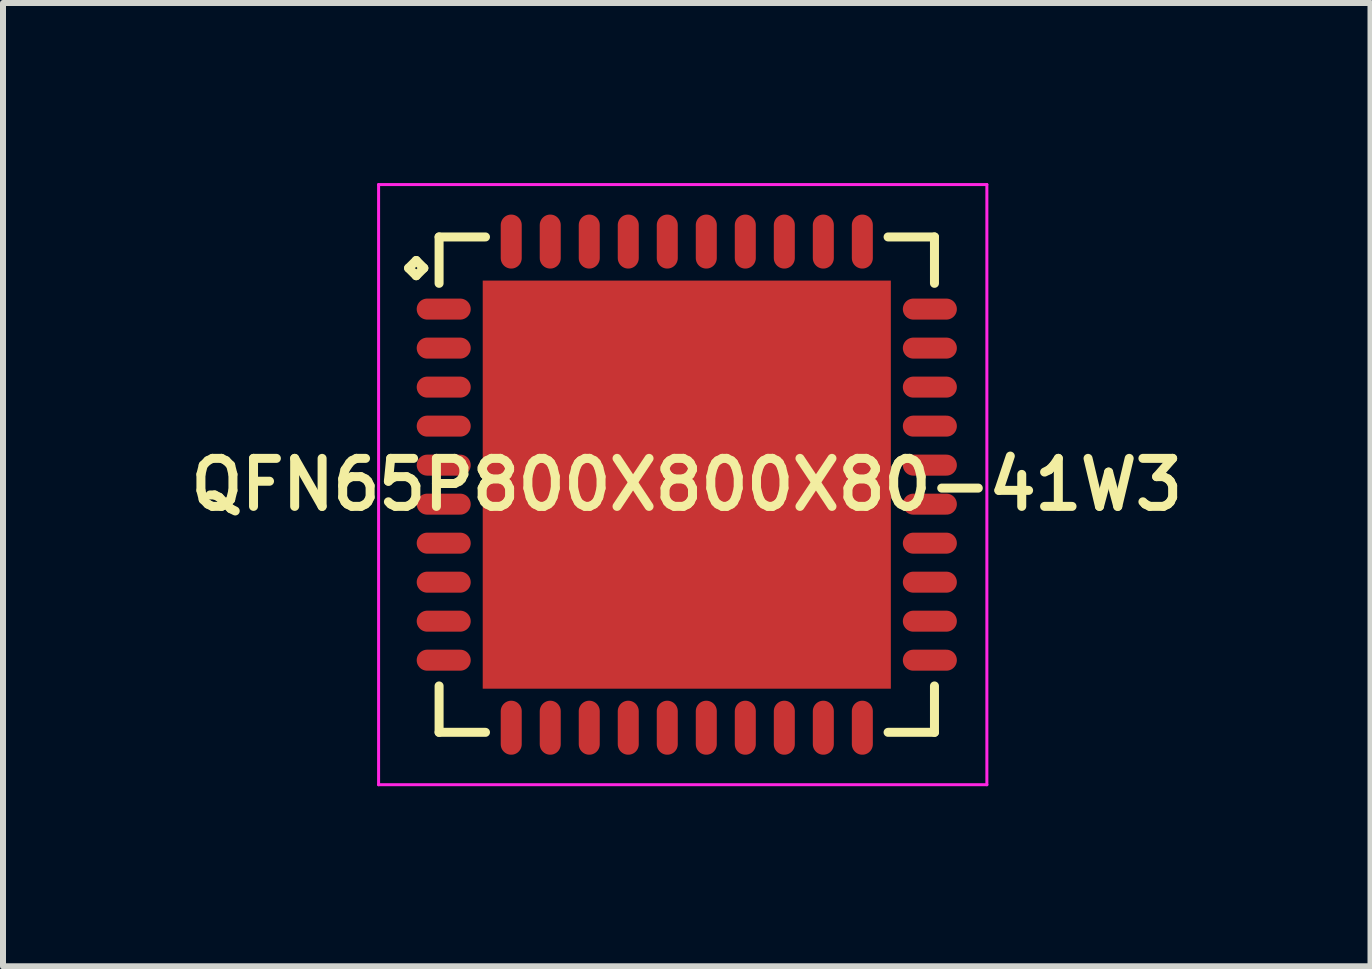
<source format=kicad_pcb>
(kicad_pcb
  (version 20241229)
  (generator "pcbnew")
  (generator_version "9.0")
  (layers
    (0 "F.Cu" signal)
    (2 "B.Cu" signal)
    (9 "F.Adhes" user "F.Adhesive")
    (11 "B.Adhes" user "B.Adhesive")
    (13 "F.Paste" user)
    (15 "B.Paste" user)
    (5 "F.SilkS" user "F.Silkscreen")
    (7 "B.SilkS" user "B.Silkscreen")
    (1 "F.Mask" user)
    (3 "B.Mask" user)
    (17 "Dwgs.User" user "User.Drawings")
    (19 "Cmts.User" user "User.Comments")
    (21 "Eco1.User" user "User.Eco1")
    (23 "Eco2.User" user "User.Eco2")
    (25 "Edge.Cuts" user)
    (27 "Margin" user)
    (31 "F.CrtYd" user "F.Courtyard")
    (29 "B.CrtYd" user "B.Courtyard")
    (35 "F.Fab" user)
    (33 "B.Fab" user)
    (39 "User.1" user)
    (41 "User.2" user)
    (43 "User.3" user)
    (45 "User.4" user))
  (footprint "QFN65P800X800X80-41W3"
    (layer "F.Cu")
    (at 8.393 5.025)
    (property "Reference" "QFN65P800X800X80-41W3" (at 0 0 0) (layer "F.SilkS") (effects (font (size 0.8 0.8) (thickness 0.15))))
    (attr smd)
    (fp_line (start -4.635 -3.608) (end -4.508 -3.735) (stroke (width 0.15) (type solid)) (layer "F.SilkS"))
    (fp_line (start -4.508 -3.735) (end -4.381 -3.608) (stroke (width 0.15) (type solid)) (layer "F.SilkS"))
    (fp_line (start -4.508 -3.481) (end -4.635 -3.608) (stroke (width 0.15) (type solid)) (layer "F.SilkS"))
    (fp_line (start -4.381 -3.608) (end -4.508 -3.481) (stroke (width 0.15) (type solid)) (layer "F.SilkS"))
    (fp_line (start -4.127 -4.127) (end -3.354 -4.127) (stroke (width 0.15) (type solid)) (layer "F.SilkS"))
    (fp_line (start -4.127 -3.354) (end -4.127 -4.127) (stroke (width 0.15) (type solid)) (layer "F.SilkS"))
    (fp_line (start -4.127 3.354) (end -4.127 4.127) (stroke (width 0.15) (type solid)) (layer "F.SilkS"))
    (fp_line (start -4.127 4.127) (end -3.354 4.127) (stroke (width 0.15) (type solid)) (layer "F.SilkS"))
    (fp_line (start 3.354 -4.127) (end 4.127 -4.127) (stroke (width 0.15) (type solid)) (layer "F.SilkS"))
    (fp_line (start 3.354 4.127) (end 4.127 4.127) (stroke (width 0.15) (type solid)) (layer "F.SilkS"))
    (fp_line (start 4.127 -4.127) (end 4.127 -3.354) (stroke (width 0.15) (type solid)) (layer "F.SilkS"))
    (fp_line (start 4.127 4.127) (end 4.127 3.354) (stroke (width 0.15) (type solid)) (layer "F.SilkS"))
    (fp_line (start -5.135 -5) (end 5 -5) (stroke (width 0.05) (type solid)) (layer "F.CrtYd"))
    (fp_line (start -5.135 5) (end -5.135 -5) (stroke (width 0.05) (type solid)) (layer "F.CrtYd"))
    (fp_line (start 5 -5) (end 5 5) (stroke (width 0.05) (type solid)) (layer "F.CrtYd"))
    (fp_line (start 5 5) (end -5.135 5) (stroke (width 0.05) (type solid)) (layer "F.CrtYd"))
    (pad "1" smd oval (at -4.05 -2.925) (size 0.9 0.35) (layers "F.Cu" "F.Mask" "F.Paste"))
    (pad "2" smd oval (at -4.05 -2.275) (size 0.9 0.35) (layers "F.Cu" "F.Mask" "F.Paste"))
    (pad "3" smd oval (at -4.05 -1.625) (size 0.9 0.35) (layers "F.Cu" "F.Mask" "F.Paste"))
    (pad "4" smd oval (at -4.05 -0.975) (size 0.9 0.35) (layers "F.Cu" "F.Mask" "F.Paste"))
    (pad "5" smd oval (at -4.05 -0.325) (size 0.9 0.35) (layers "F.Cu" "F.Mask" "F.Paste"))
    (pad "6" smd oval (at -4.05 0.325) (size 0.9 0.35) (layers "F.Cu" "F.Mask" "F.Paste"))
    (pad "7" smd oval (at -4.05 0.975) (size 0.9 0.35) (layers "F.Cu" "F.Mask" "F.Paste"))
    (pad "8" smd oval (at -4.05 1.625) (size 0.9 0.35) (layers "F.Cu" "F.Mask" "F.Paste"))
    (pad "9" smd oval (at -4.05 2.275) (size 0.9 0.35) (layers "F.Cu" "F.Mask" "F.Paste"))
    (pad "10" smd oval (at -4.05 2.925) (size 0.9 0.35) (layers "F.Cu" "F.Mask" "F.Paste"))
    (pad "11" smd oval (at -2.925 4.05) (size 0.35 0.9) (layers "F.Cu" "F.Mask" "F.Paste"))
    (pad "12" smd oval (at -2.275 4.05) (size 0.35 0.9) (layers "F.Cu" "F.Mask" "F.Paste"))
    (pad "13" smd oval (at -1.625 4.05) (size 0.35 0.9) (layers "F.Cu" "F.Mask" "F.Paste"))
    (pad "14" smd oval (at -0.975 4.05) (size 0.35 0.9) (layers "F.Cu" "F.Mask" "F.Paste"))
    (pad "15" smd oval (at -0.325 4.05) (size 0.35 0.9) (layers "F.Cu" "F.Mask" "F.Paste"))
    (pad "16" smd oval (at 0.325 4.05) (size 0.35 0.9) (layers "F.Cu" "F.Mask" "F.Paste"))
    (pad "17" smd oval (at 0.975 4.05) (size 0.35 0.9) (layers "F.Cu" "F.Mask" "F.Paste"))
    (pad "18" smd oval (at 1.625 4.05) (size 0.35 0.9) (layers "F.Cu" "F.Mask" "F.Paste"))
    (pad "19" smd oval (at 2.275 4.05) (size 0.35 0.9) (layers "F.Cu" "F.Mask" "F.Paste"))
    (pad "20" smd oval (at 2.925 4.05) (size 0.35 0.9) (layers "F.Cu" "F.Mask" "F.Paste"))
    (pad "21" smd oval (at 4.05 2.925) (size 0.9 0.35) (layers "F.Cu" "F.Mask" "F.Paste"))
    (pad "22" smd oval (at 4.05 2.275) (size 0.9 0.35) (layers "F.Cu" "F.Mask" "F.Paste"))
    (pad "23" smd oval (at 4.05 1.625) (size 0.9 0.35) (layers "F.Cu" "F.Mask" "F.Paste"))
    (pad "24" smd oval (at 4.05 0.975) (size 0.9 0.35) (layers "F.Cu" "F.Mask" "F.Paste"))
    (pad "25" smd oval (at 4.05 0.325) (size 0.9 0.35) (layers "F.Cu" "F.Mask" "F.Paste"))
    (pad "26" smd oval (at 4.05 -0.325) (size 0.9 0.35) (layers "F.Cu" "F.Mask" "F.Paste"))
    (pad "27" smd oval (at 4.05 -0.975) (size 0.9 0.35) (layers "F.Cu" "F.Mask" "F.Paste"))
    (pad "28" smd oval (at 4.05 -1.625) (size 0.9 0.35) (layers "F.Cu" "F.Mask" "F.Paste"))
    (pad "29" smd oval (at 4.05 -2.275) (size 0.9 0.35) (layers "F.Cu" "F.Mask" "F.Paste"))
    (pad "30" smd oval (at 4.05 -2.925) (size 0.9 0.35) (layers "F.Cu" "F.Mask" "F.Paste"))
    (pad "31" smd oval (at 2.925 -4.05) (size 0.35 0.9) (layers "F.Cu" "F.Mask" "F.Paste"))
    (pad "32" smd oval (at 2.275 -4.05) (size 0.35 0.9) (layers "F.Cu" "F.Mask" "F.Paste"))
    (pad "33" smd oval (at 1.625 -4.05) (size 0.35 0.9) (layers "F.Cu" "F.Mask" "F.Paste"))
    (pad "34" smd oval (at 0.975 -4.05) (size 0.35 0.9) (layers "F.Cu" "F.Mask" "F.Paste"))
    (pad "35" smd oval (at 0.325 -4.05) (size 0.35 0.9) (layers "F.Cu" "F.Mask" "F.Paste"))
    (pad "36" smd oval (at -0.325 -4.05) (size 0.35 0.9) (layers "F.Cu" "F.Mask" "F.Paste"))
    (pad "37" smd oval (at -0.975 -4.05) (size 0.35 0.9) (layers "F.Cu" "F.Mask" "F.Paste"))
    (pad "38" smd oval (at -1.625 -4.05) (size 0.35 0.9) (layers "F.Cu" "F.Mask" "F.Paste"))
    (pad "39" smd oval (at -2.275 -4.05) (size 0.35 0.9) (layers "F.Cu" "F.Mask" "F.Paste"))
    (pad "40" smd oval (at -2.925 -4.05) (size 0.35 0.9) (layers "F.Cu" "F.Mask" "F.Paste"))
    (pad "41" smd rect (at 0 0) (size 6.8 6.8) (layers "F.Cu" "F.Mask" "F.Paste")))
  (gr_rect
    (start -3 -3)
    (end 19.785 13.05)
    (stroke (width 0.1) (type default))
    (fill no)
    (layer "Edge.Cuts")))
</source>
